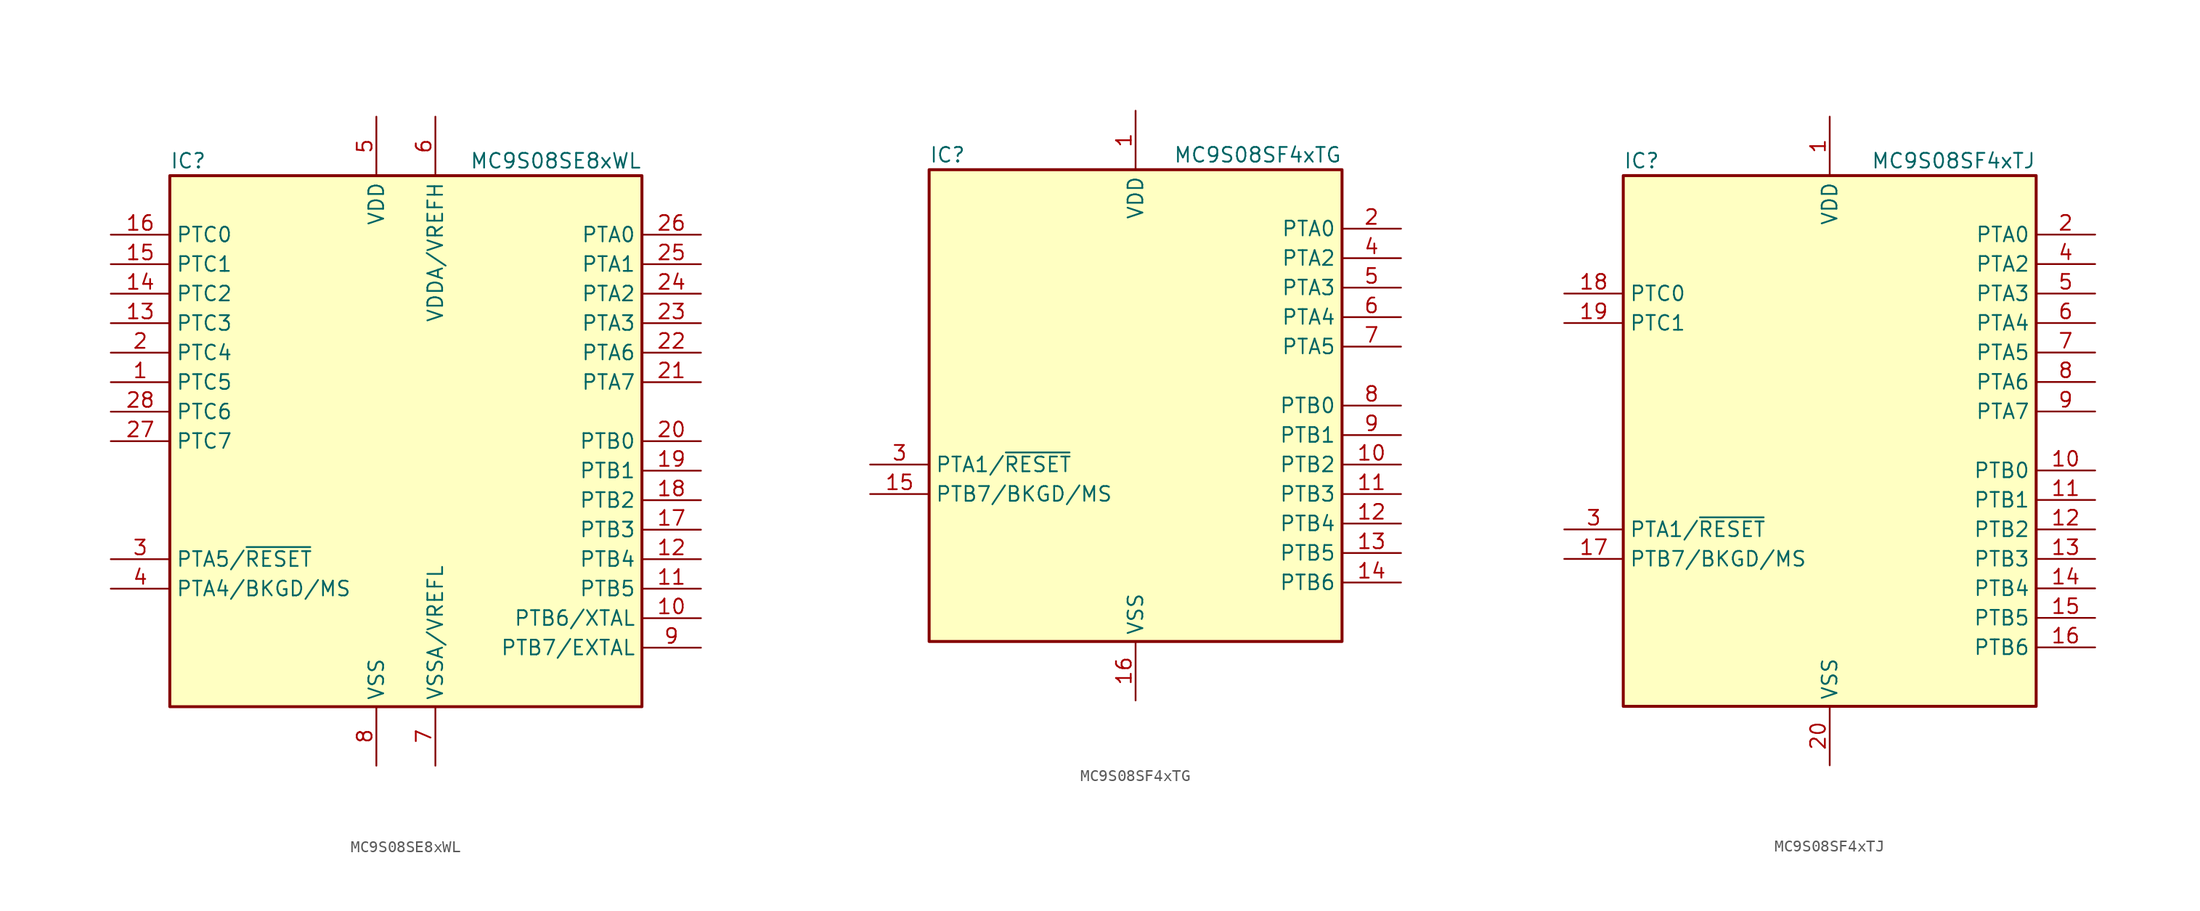
<source format=kicad_sym>
(kicad_symbol_lib
  (version 20201005)
  (generator kicad_symbol_editor)
  (symbol "MCU_NXP_S08:MC9S08SE8xWL"
    (property "Reference" "IC"
      (at -20.32 24.13 0)
      (effects (font (size 1.27 1.27)) (justify left)))
    (property "Value" "MC9S08SE8xWL"
      (at 20.32 24.13 0)
      (effects (font (size 1.27 1.27)) (justify right)))
    (symbol "MC9S08SE8xWL_0_1"
      (rectangle (start -20.32 22.86) (end 20.32 -22.86) (stroke (width 0.254)) (fill (type background))))
    (symbol "MC9S08SE8xWL_1_1"
      (pin bidirectional line (at -25.4 5.08 0) (length 5.08) (name "PTC5" (effects (font (size 1.27 1.27)))) (number "1" (effects (font (size 1.27 1.27)))))
      (pin bidirectional line (at 25.4 -15.24 180) (length 5.08) (name "PTB6/XTAL" (effects (font (size 1.27 1.27)))) (number "10" (effects (font (size 1.27 1.27)))))
      (pin bidirectional line (at 25.4 -12.7 180) (length 5.08) (name "PTB5" (effects (font (size 1.27 1.27)))) (number "11" (effects (font (size 1.27 1.27)))))
      (pin bidirectional line (at 25.4 -10.16 180) (length 5.08) (name "PTB4" (effects (font (size 1.27 1.27)))) (number "12" (effects (font (size 1.27 1.27)))))
      (pin bidirectional line (at -25.4 10.16 0) (length 5.08) (name "PTC3" (effects (font (size 1.27 1.27)))) (number "13" (effects (font (size 1.27 1.27)))))
      (pin bidirectional line (at -25.4 12.7 0) (length 5.08) (name "PTC2" (effects (font (size 1.27 1.27)))) (number "14" (effects (font (size 1.27 1.27)))))
      (pin bidirectional line (at -25.4 15.24 0) (length 5.08) (name "PTC1" (effects (font (size 1.27 1.27)))) (number "15" (effects (font (size 1.27 1.27)))))
      (pin bidirectional line (at -25.4 17.78 0) (length 5.08) (name "PTC0" (effects (font (size 1.27 1.27)))) (number "16" (effects (font (size 1.27 1.27)))))
      (pin bidirectional line (at 25.4 -7.62 180) (length 5.08) (name "PTB3" (effects (font (size 1.27 1.27)))) (number "17" (effects (font (size 1.27 1.27)))))
      (pin bidirectional line (at 25.4 -5.08 180) (length 5.08) (name "PTB2" (effects (font (size 1.27 1.27)))) (number "18" (effects (font (size 1.27 1.27)))))
      (pin bidirectional line (at 25.4 -2.54 180) (length 5.08) (name "PTB1" (effects (font (size 1.27 1.27)))) (number "19" (effects (font (size 1.27 1.27)))))
      (pin bidirectional line (at -25.4 7.62 0) (length 5.08) (name "PTC4" (effects (font (size 1.27 1.27)))) (number "2" (effects (font (size 1.27 1.27)))))
      (pin bidirectional line (at 25.4 0 180) (length 5.08) (name "PTB0" (effects (font (size 1.27 1.27)))) (number "20" (effects (font (size 1.27 1.27)))))
      (pin bidirectional line (at 25.4 5.08 180) (length 5.08) (name "PTA7" (effects (font (size 1.27 1.27)))) (number "21" (effects (font (size 1.27 1.27)))))
      (pin bidirectional line (at 25.4 7.62 180) (length 5.08) (name "PTA6" (effects (font (size 1.27 1.27)))) (number "22" (effects (font (size 1.27 1.27)))))
      (pin bidirectional line (at 25.4 10.16 180) (length 5.08) (name "PTA3" (effects (font (size 1.27 1.27)))) (number "23" (effects (font (size 1.27 1.27)))))
      (pin bidirectional line (at 25.4 12.7 180) (length 5.08) (name "PTA2" (effects (font (size 1.27 1.27)))) (number "24" (effects (font (size 1.27 1.27)))))
      (pin bidirectional line (at 25.4 15.24 180) (length 5.08) (name "PTA1" (effects (font (size 1.27 1.27)))) (number "25" (effects (font (size 1.27 1.27)))))
      (pin bidirectional line (at 25.4 17.78 180) (length 5.08) (name "PTA0" (effects (font (size 1.27 1.27)))) (number "26" (effects (font (size 1.27 1.27)))))
      (pin bidirectional line (at -25.4 0 0) (length 5.08) (name "PTC7" (effects (font (size 1.27 1.27)))) (number "27" (effects (font (size 1.27 1.27)))))
      (pin bidirectional line (at -25.4 2.54 0) (length 5.08) (name "PTC6" (effects (font (size 1.27 1.27)))) (number "28" (effects (font (size 1.27 1.27)))))
      (pin bidirectional line (at -25.4 -10.16 0) (length 5.08) (name "PTA5/~RESET" (effects (font (size 1.27 1.27)))) (number "3" (effects (font (size 1.27 1.27)))))
      (pin bidirectional line (at -25.4 -12.7 0) (length 5.08) (name "PTA4/BKGD/MS" (effects (font (size 1.27 1.27)))) (number "4" (effects (font (size 1.27 1.27)))))
      (pin power_in line (at -2.54 27.94 270) (length 5.08) (name "VDD" (effects (font (size 1.27 1.27)))) (number "5" (effects (font (size 1.27 1.27)))))
      (pin power_in line (at 2.54 27.94 270) (length 5.08) (name "VDDA/VREFH" (effects (font (size 1.27 1.27)))) (number "6" (effects (font (size 1.27 1.27)))))
      (pin power_in line (at 2.54 -27.94 90) (length 5.08) (name "VSSA/VREFL" (effects (font (size 1.27 1.27)))) (number "7" (effects (font (size 1.27 1.27)))))
      (pin power_in line (at -2.54 -27.94 90) (length 5.08) (name "VSS" (effects (font (size 1.27 1.27)))) (number "8" (effects (font (size 1.27 1.27)))))
      (pin bidirectional line (at 25.4 -17.78 180) (length 5.08) (name "PTB7/EXTAL" (effects (font (size 1.27 1.27)))) (number "9" (effects (font (size 1.27 1.27)))))))
  (symbol "MCU_NXP_S08:MC9S08SF4xTG"
    (property "Reference" "IC"
      (at -17.78 21.59 0)
      (effects (font (size 1.27 1.27)) (justify left)))
    (property "Value" "MC9S08SF4xTG"
      (at 17.78 21.59 0)
      (effects (font (size 1.27 1.27)) (justify right)))
    (symbol "MC9S08SF4xTG_0_1"
      (rectangle (start -17.78 20.32) (end 17.78 -20.32) (stroke (width 0.254)) (fill (type background))))
    (symbol "MC9S08SF4xTG_1_1"
      (pin power_in line (at 0 25.4 270) (length 5.08) (name "VDD" (effects (font (size 1.27 1.27)))) (number "1" (effects (font (size 1.27 1.27)))))
      (pin bidirectional line (at 22.86 -5.08 180) (length 5.08) (name "PTB2" (effects (font (size 1.27 1.27)))) (number "10" (effects (font (size 1.27 1.27)))))
      (pin bidirectional line (at 22.86 -7.62 180) (length 5.08) (name "PTB3" (effects (font (size 1.27 1.27)))) (number "11" (effects (font (size 1.27 1.27)))))
      (pin bidirectional line (at 22.86 -10.16 180) (length 5.08) (name "PTB4" (effects (font (size 1.27 1.27)))) (number "12" (effects (font (size 1.27 1.27)))))
      (pin bidirectional line (at 22.86 -12.7 180) (length 5.08) (name "PTB5" (effects (font (size 1.27 1.27)))) (number "13" (effects (font (size 1.27 1.27)))))
      (pin bidirectional line (at 22.86 -15.24 180) (length 5.08) (name "PTB6" (effects (font (size 1.27 1.27)))) (number "14" (effects (font (size 1.27 1.27)))))
      (pin bidirectional line (at -22.86 -7.62 0) (length 5.08) (name "PTB7/BKGD/MS" (effects (font (size 1.27 1.27)))) (number "15" (effects (font (size 1.27 1.27)))))
      (pin power_in line (at 0 -25.4 90) (length 5.08) (name "VSS" (effects (font (size 1.27 1.27)))) (number "16" (effects (font (size 1.27 1.27)))))
      (pin bidirectional line (at 22.86 15.24 180) (length 5.08) (name "PTA0" (effects (font (size 1.27 1.27)))) (number "2" (effects (font (size 1.27 1.27)))))
      (pin bidirectional line (at -22.86 -5.08 0) (length 5.08) (name "PTA1/~RESET" (effects (font (size 1.27 1.27)))) (number "3" (effects (font (size 1.27 1.27)))))
      (pin bidirectional line (at 22.86 12.7 180) (length 5.08) (name "PTA2" (effects (font (size 1.27 1.27)))) (number "4" (effects (font (size 1.27 1.27)))))
      (pin bidirectional line (at 22.86 10.16 180) (length 5.08) (name "PTA3" (effects (font (size 1.27 1.27)))) (number "5" (effects (font (size 1.27 1.27)))))
      (pin bidirectional line (at 22.86 7.62 180) (length 5.08) (name "PTA4" (effects (font (size 1.27 1.27)))) (number "6" (effects (font (size 1.27 1.27)))))
      (pin bidirectional line (at 22.86 5.08 180) (length 5.08) (name "PTA5" (effects (font (size 1.27 1.27)))) (number "7" (effects (font (size 1.27 1.27)))))
      (pin bidirectional line (at 22.86 0 180) (length 5.08) (name "PTB0" (effects (font (size 1.27 1.27)))) (number "8" (effects (font (size 1.27 1.27)))))
      (pin bidirectional line (at 22.86 -2.54 180) (length 5.08) (name "PTB1" (effects (font (size 1.27 1.27)))) (number "9" (effects (font (size 1.27 1.27)))))))
  (symbol "MCU_NXP_S08:MC9S08SF4xTJ"
    (property "Reference" "IC"
      (at -17.78 24.13 0)
      (effects (font (size 1.27 1.27)) (justify left)))
    (property "Value" "MC9S08SF4xTJ"
      (at 17.78 24.13 0)
      (effects (font (size 1.27 1.27)) (justify right)))
    (symbol "MC9S08SF4xTJ_0_1"
      (rectangle (start -17.78 22.86) (end 17.78 -22.86) (stroke (width 0.254)) (fill (type background))))
    (symbol "MC9S08SF4xTJ_1_1"
      (pin power_in line (at 0 27.94 270) (length 5.08) (name "VDD" (effects (font (size 1.27 1.27)))) (number "1" (effects (font (size 1.27 1.27)))))
      (pin bidirectional line (at 22.86 -2.54 180) (length 5.08) (name "PTB0" (effects (font (size 1.27 1.27)))) (number "10" (effects (font (size 1.27 1.27)))))
      (pin bidirectional line (at 22.86 -5.08 180) (length 5.08) (name "PTB1" (effects (font (size 1.27 1.27)))) (number "11" (effects (font (size 1.27 1.27)))))
      (pin bidirectional line (at 22.86 -7.62 180) (length 5.08) (name "PTB2" (effects (font (size 1.27 1.27)))) (number "12" (effects (font (size 1.27 1.27)))))
      (pin bidirectional line (at 22.86 -10.16 180) (length 5.08) (name "PTB3" (effects (font (size 1.27 1.27)))) (number "13" (effects (font (size 1.27 1.27)))))
      (pin bidirectional line (at 22.86 -12.7 180) (length 5.08) (name "PTB4" (effects (font (size 1.27 1.27)))) (number "14" (effects (font (size 1.27 1.27)))))
      (pin bidirectional line (at 22.86 -15.24 180) (length 5.08) (name "PTB5" (effects (font (size 1.27 1.27)))) (number "15" (effects (font (size 1.27 1.27)))))
      (pin bidirectional line (at 22.86 -17.78 180) (length 5.08) (name "PTB6" (effects (font (size 1.27 1.27)))) (number "16" (effects (font (size 1.27 1.27)))))
      (pin bidirectional line (at -22.86 -10.16 0) (length 5.08) (name "PTB7/BKGD/MS" (effects (font (size 1.27 1.27)))) (number "17" (effects (font (size 1.27 1.27)))))
      (pin bidirectional line (at -22.86 12.7 0) (length 5.08) (name "PTC0" (effects (font (size 1.27 1.27)))) (number "18" (effects (font (size 1.27 1.27)))))
      (pin bidirectional line (at -22.86 10.16 0) (length 5.08) (name "PTC1" (effects (font (size 1.27 1.27)))) (number "19" (effects (font (size 1.27 1.27)))))
      (pin bidirectional line (at 22.86 17.78 180) (length 5.08) (name "PTA0" (effects (font (size 1.27 1.27)))) (number "2" (effects (font (size 1.27 1.27)))))
      (pin power_in line (at 0 -27.94 90) (length 5.08) (name "VSS" (effects (font (size 1.27 1.27)))) (number "20" (effects (font (size 1.27 1.27)))))
      (pin bidirectional line (at -22.86 -7.62 0) (length 5.08) (name "PTA1/~RESET" (effects (font (size 1.27 1.27)))) (number "3" (effects (font (size 1.27 1.27)))))
      (pin bidirectional line (at 22.86 15.24 180) (length 5.08) (name "PTA2" (effects (font (size 1.27 1.27)))) (number "4" (effects (font (size 1.27 1.27)))))
      (pin bidirectional line (at 22.86 12.7 180) (length 5.08) (name "PTA3" (effects (font (size 1.27 1.27)))) (number "5" (effects (font (size 1.27 1.27)))))
      (pin bidirectional line (at 22.86 10.16 180) (length 5.08) (name "PTA4" (effects (font (size 1.27 1.27)))) (number "6" (effects (font (size 1.27 1.27)))))
      (pin bidirectional line (at 22.86 7.62 180) (length 5.08) (name "PTA5" (effects (font (size 1.27 1.27)))) (number "7" (effects (font (size 1.27 1.27)))))
      (pin bidirectional line (at 22.86 5.08 180) (length 5.08) (name "PTA6" (effects (font (size 1.27 1.27)))) (number "8" (effects (font (size 1.27 1.27)))))
      (pin bidirectional line (at 22.86 2.54 180) (length 5.08) (name "PTA7" (effects (font (size 1.27 1.27)))) (number "9" (effects (font (size 1.27 1.27))))))))
</source>
